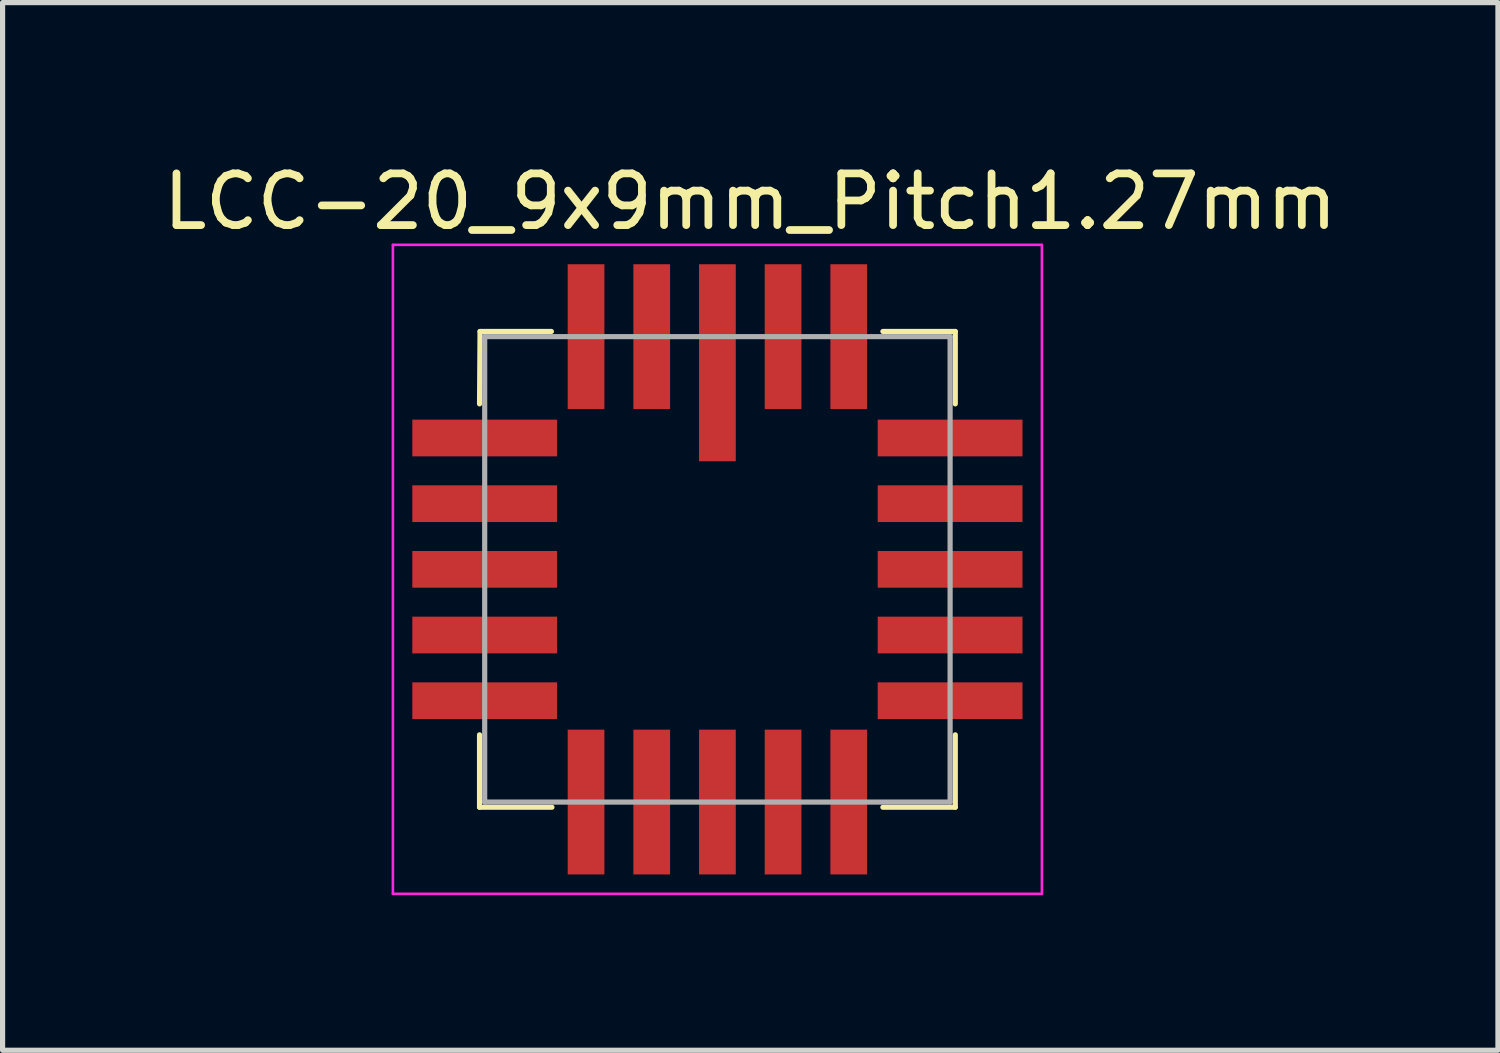
<source format=kicad_pcb>
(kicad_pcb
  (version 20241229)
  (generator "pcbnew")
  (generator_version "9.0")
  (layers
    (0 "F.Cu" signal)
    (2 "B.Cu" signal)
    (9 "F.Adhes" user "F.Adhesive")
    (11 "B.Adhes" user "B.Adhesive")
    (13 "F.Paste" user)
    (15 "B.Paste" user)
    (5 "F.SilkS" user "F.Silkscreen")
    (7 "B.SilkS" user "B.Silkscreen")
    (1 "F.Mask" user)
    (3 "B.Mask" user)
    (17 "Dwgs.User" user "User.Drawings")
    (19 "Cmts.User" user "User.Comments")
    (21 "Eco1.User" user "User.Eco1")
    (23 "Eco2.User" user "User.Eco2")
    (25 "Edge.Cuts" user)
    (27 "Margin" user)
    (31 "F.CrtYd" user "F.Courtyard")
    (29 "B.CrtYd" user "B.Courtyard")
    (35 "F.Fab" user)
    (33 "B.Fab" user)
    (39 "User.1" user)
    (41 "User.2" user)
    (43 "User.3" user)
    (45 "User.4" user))
  (footprint "LCC-20_9x9mm_Pitch1.27mm"
    (layer "F.Cu")
    (at 10.823 7.96)
    (property "Reference" "LCC-20_9x9mm_Pitch1.27mm" (at 0.635 -7.112 0) (layer "F.SilkS") (effects (font (size 1 1) (thickness 0.15))))
    (attr through_hole)
    (fp_line (start -4.6 -3.2) (end -4.59 -4.6) (stroke (width 0.1) (type solid)) (layer "F.SilkS"))
    (fp_line (start -4.6 4.6) (end -4.6 3.2) (stroke (width 0.1) (type solid)) (layer "F.SilkS"))
    (fp_line (start -4.59 -4.6) (end -3.21 -4.6) (stroke (width 0.1) (type solid)) (layer "F.SilkS"))
    (fp_line (start -3.2 4.6) (end -4.6 4.6) (stroke (width 0.1) (type solid)) (layer "F.SilkS"))
    (fp_line (start 3.2 -4.6) (end 4.6 -4.6) (stroke (width 0.1) (type solid)) (layer "F.SilkS"))
    (fp_line (start 4.6 -4.6) (end 4.6 -3.2) (stroke (width 0.1) (type solid)) (layer "F.SilkS"))
    (fp_line (start 4.6 3.2) (end 4.6 4.6) (stroke (width 0.1) (type solid)) (layer "F.SilkS"))
    (fp_line (start 4.6 4.6) (end 3.2 4.6) (stroke (width 0.1) (type solid)) (layer "F.SilkS"))
    (fp_line (start -6.275 -6.275) (end 6.275 -6.275) (stroke (width 0.05) (type solid)) (layer "F.CrtYd"))
    (fp_line (start -6.275 6.275) (end -6.275 -6.275) (stroke (width 0.05) (type solid)) (layer "F.CrtYd"))
    (fp_line (start 6.275 -6.275) (end 6.275 6.275) (stroke (width 0.05) (type solid)) (layer "F.CrtYd"))
    (fp_line (start 6.275 6.275) (end -6.275 6.275) (stroke (width 0.05) (type solid)) (layer "F.CrtYd"))
    (fp_line (start -4.5 -4.5) (end 4.5 -4.5) (stroke (width 0.1) (type solid)) (layer "F.Fab"))
    (fp_line (start -4.5 4.5) (end -4.5 -4.5) (stroke (width 0.1) (type solid)) (layer "F.Fab"))
    (fp_line (start 4.5 -4.5) (end 4.5 4.5) (stroke (width 0.1) (type solid)) (layer "F.Fab"))
    (fp_line (start 4.5 4.5) (end -4.5 4.5) (stroke (width 0.1) (type solid)) (layer "F.Fab"))
    (pad "1" smd rect (at 0 -4.5 90) (size 3.81 0.71) (drill (offset -0.505 0)) (layers "F.Cu" "F.Mask" "F.Paste"))
    (pad "2" smd rect (at -1.27 -4.5 90) (size 2.8 0.71) (layers "F.Cu" "F.Mask" "F.Paste"))
    (pad "3" smd rect (at -2.54 -4.5 90) (size 2.8 0.71) (layers "F.Cu" "F.Mask" "F.Paste"))
    (pad "4" smd rect (at -4.5 -2.54 180) (size 2.8 0.71) (layers "F.Cu" "F.Mask" "F.Paste"))
    (pad "5" smd rect (at -4.5 -1.27 180) (size 2.8 0.71) (layers "F.Cu" "F.Mask" "F.Paste"))
    (pad "6" smd rect (at -4.5 0 180) (size 2.8 0.71) (layers "F.Cu" "F.Mask" "F.Paste"))
    (pad "7" smd rect (at -4.5 1.27 180) (size 2.8 0.71) (layers "F.Cu" "F.Mask" "F.Paste"))
    (pad "8" smd rect (at -4.5 2.54 180) (size 2.8 0.71) (layers "F.Cu" "F.Mask" "F.Paste"))
    (pad "9" smd rect (at -2.54 4.5 90) (size 2.8 0.71) (layers "F.Cu" "F.Mask" "F.Paste"))
    (pad "10" smd rect (at -1.27 4.5 90) (size 2.8 0.71) (layers "F.Cu" "F.Mask" "F.Paste"))
    (pad "11" smd rect (at 0 4.5 90) (size 2.8 0.71) (layers "F.Cu" "F.Mask" "F.Paste"))
    (pad "12" smd rect (at 1.27 4.5 90) (size 2.8 0.71) (layers "F.Cu" "F.Mask" "F.Paste"))
    (pad "13" smd rect (at 2.54 4.5 90) (size 2.8 0.71) (layers "F.Cu" "F.Mask" "F.Paste"))
    (pad "14" smd rect (at 4.5 2.54 180) (size 2.8 0.71) (layers "F.Cu" "F.Mask" "F.Paste"))
    (pad "15" smd rect (at 4.5 1.27 180) (size 2.8 0.71) (layers "F.Cu" "F.Mask" "F.Paste"))
    (pad "16" smd rect (at 4.5 0 180) (size 2.8 0.71) (layers "F.Cu" "F.Mask" "F.Paste"))
    (pad "17" smd rect (at 4.5 -1.27 180) (size 2.8 0.71) (layers "F.Cu" "F.Mask" "F.Paste"))
    (pad "18" smd rect (at 4.5 -2.54 180) (size 2.8 0.71) (layers "F.Cu" "F.Mask" "F.Paste"))
    (pad "19" smd rect (at 2.54 -4.5 90) (size 2.8 0.71) (layers "F.Cu" "F.Mask" "F.Paste"))
    (pad "20" smd rect (at 1.27 -4.5 90) (size 2.8 0.71) (layers "F.Cu" "F.Mask" "F.Paste")))
  (gr_rect
    (start -3 -3)
    (end 25.917 17.26)
    (stroke (width 0.1) (type default))
    (fill no)
    (layer "Edge.Cuts")))
</source>
